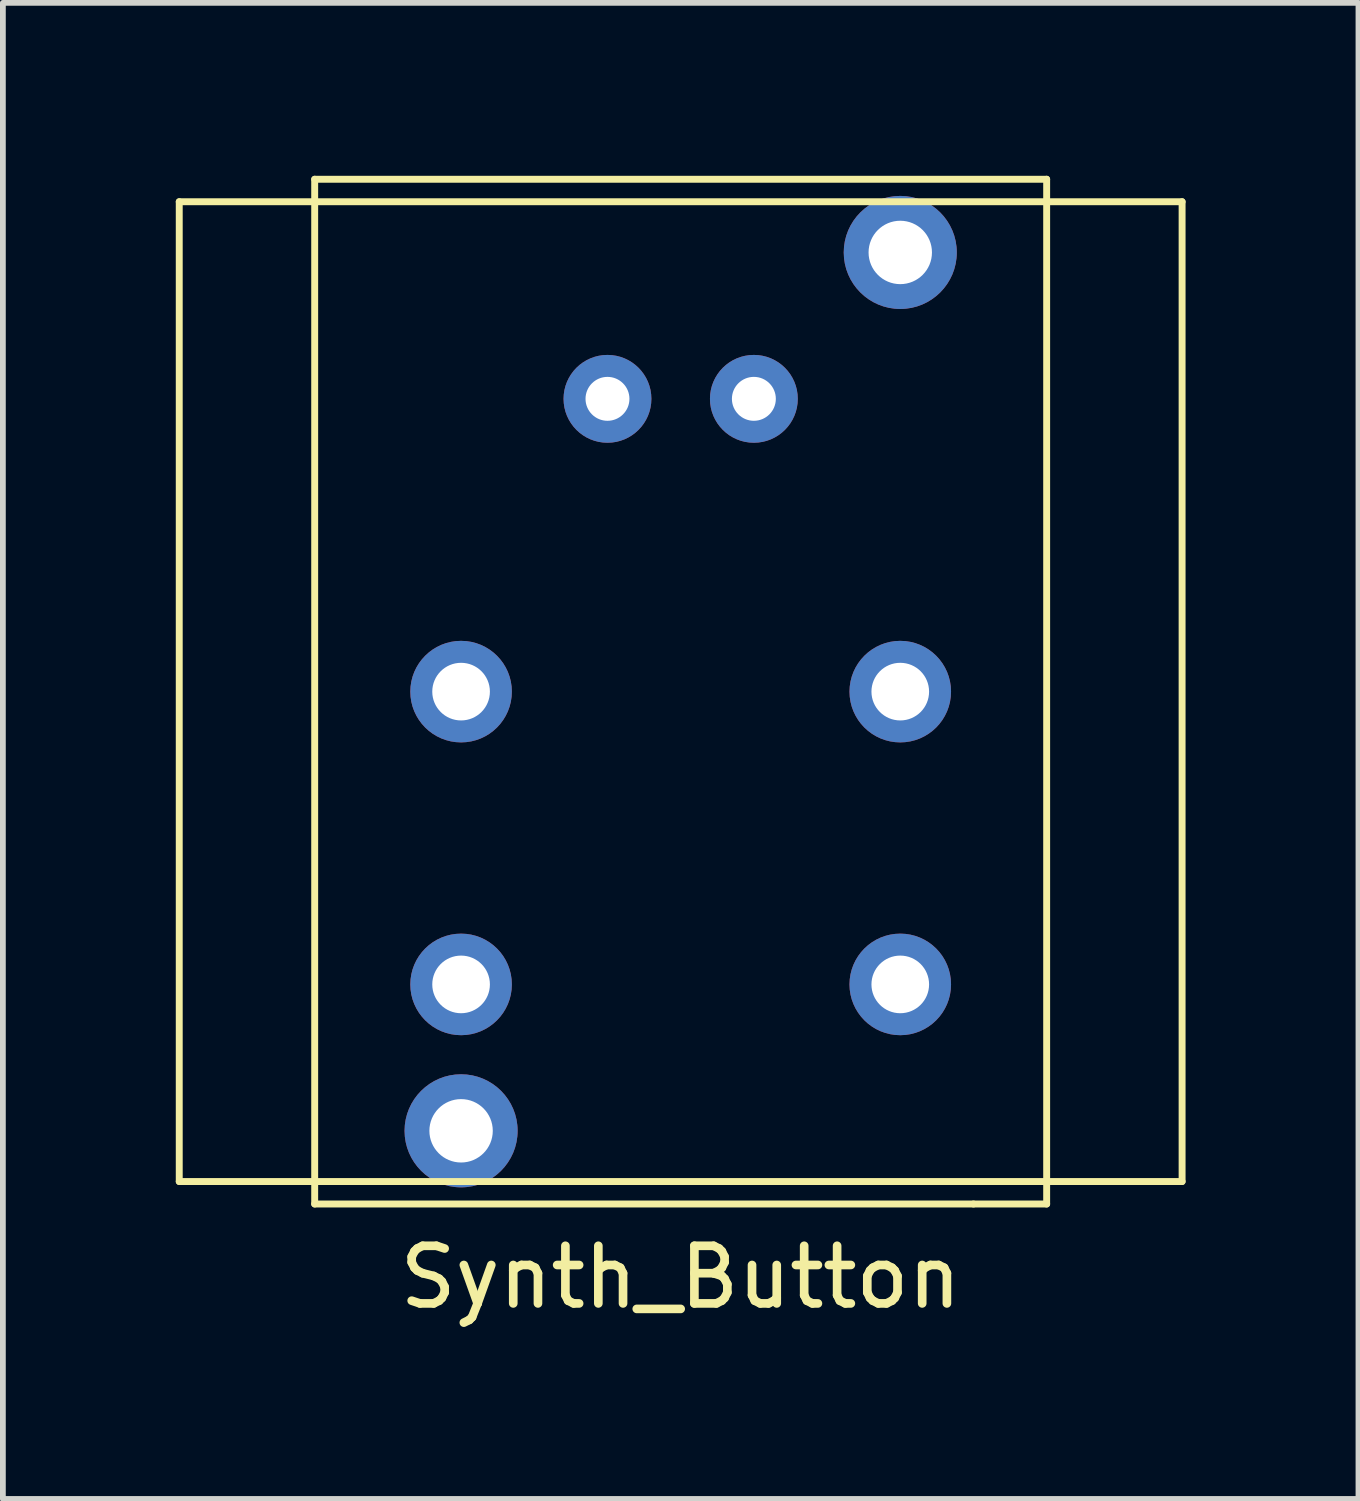
<source format=kicad_pcb>
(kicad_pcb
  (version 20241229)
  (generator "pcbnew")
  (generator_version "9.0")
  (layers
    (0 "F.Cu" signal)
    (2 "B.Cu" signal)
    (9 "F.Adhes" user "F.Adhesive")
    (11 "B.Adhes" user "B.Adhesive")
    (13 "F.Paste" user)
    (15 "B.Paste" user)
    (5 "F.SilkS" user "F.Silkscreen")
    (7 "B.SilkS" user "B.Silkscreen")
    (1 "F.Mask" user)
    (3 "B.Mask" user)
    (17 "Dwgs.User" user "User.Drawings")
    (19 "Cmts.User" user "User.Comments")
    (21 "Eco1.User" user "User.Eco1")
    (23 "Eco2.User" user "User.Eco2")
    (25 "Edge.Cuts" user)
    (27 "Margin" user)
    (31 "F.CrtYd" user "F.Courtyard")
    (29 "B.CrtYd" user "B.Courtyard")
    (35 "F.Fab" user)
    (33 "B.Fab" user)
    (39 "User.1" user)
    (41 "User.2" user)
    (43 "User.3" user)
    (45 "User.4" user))
  (footprint "Synth_Button"
    (layer "F.Cu")
    (at 8.76 8.95)
    (property "Reference" "Synth_Button" (at 0 10.16 0) (layer "F.SilkS") (effects (font (size 1 1) (thickness 0.15))))
    (attr through_hole)
    (fp_line (start -8.7 -8.5) (end -8.7 8.5) (stroke (width 0.12) (type solid)) (layer "F.SilkS"))
    (fp_line (start -8.7 8.5) (end 8.7 8.5) (stroke (width 0.12) (type solid)) (layer "F.SilkS"))
    (fp_line (start -6.35 -8.89) (end -6.35 8.89) (stroke (width 0.12) (type solid)) (layer "F.SilkS"))
    (fp_line (start -6.35 8.89) (end 5.08 8.89) (stroke (width 0.12) (type solid)) (layer "F.SilkS"))
    (fp_line (start 5.08 8.89) (end 6.35 8.89) (stroke (width 0.12) (type solid)) (layer "F.SilkS"))
    (fp_line (start 6.35 -8.89) (end -6.35 -8.89) (stroke (width 0.12) (type solid)) (layer "F.SilkS"))
    (fp_line (start 6.35 8.89) (end 6.35 -8.89) (stroke (width 0.12) (type solid)) (layer "F.SilkS"))
    (fp_line (start 8.7 -8.5) (end -8.7 -8.5) (stroke (width 0.12) (type solid)) (layer "F.SilkS"))
    (fp_line (start 8.7 8.5) (end 8.7 -8.5) (stroke (width 0.12) (type solid)) (layer "F.SilkS"))
    (pad "" np_thru_hole circle (at -3.81 7.62) (size 1.962 1.962) (drill 1.1) (layers "*.Cu" "*.Mask"))
    (pad "" np_thru_hole circle (at 3.81 -7.62) (size 1.962 1.962) (drill 1.1) (layers "*.Cu" "*.Mask"))
    (pad "" thru_hole circle (at 3.81 5.08) (size 1.762 1.762) (drill 1) (layers "*.Cu" "*.Mask"))
    (pad "1" thru_hole circle (at -3.81 0) (size 1.762 1.762) (drill 1) (layers "*.Cu" "*.Mask"))
    (pad "1" thru_hole circle (at 3.81 0) (size 1.762 1.762) (drill 1) (layers "*.Cu" "*.Mask"))
    (pad "2" thru_hole circle (at -3.81 5.08) (size 1.762 1.762) (drill 1) (layers "*.Cu" "*.Mask"))
    (pad "3" thru_hole circle (at 1.27 -5.08) (size 1.524 1.524) (drill 0.762) (layers "*.Cu" "*.Mask"))
    (pad "4" thru_hole circle (at -1.27 -5.08) (size 1.524 1.524) (drill 0.762) (layers "*.Cu" "*.Mask")))
  (gr_rect
    (start -3 -3)
    (end 20.52 22.958)
    (stroke (width 0.1) (type default))
    (fill no)
    (layer "Edge.Cuts")))
</source>
